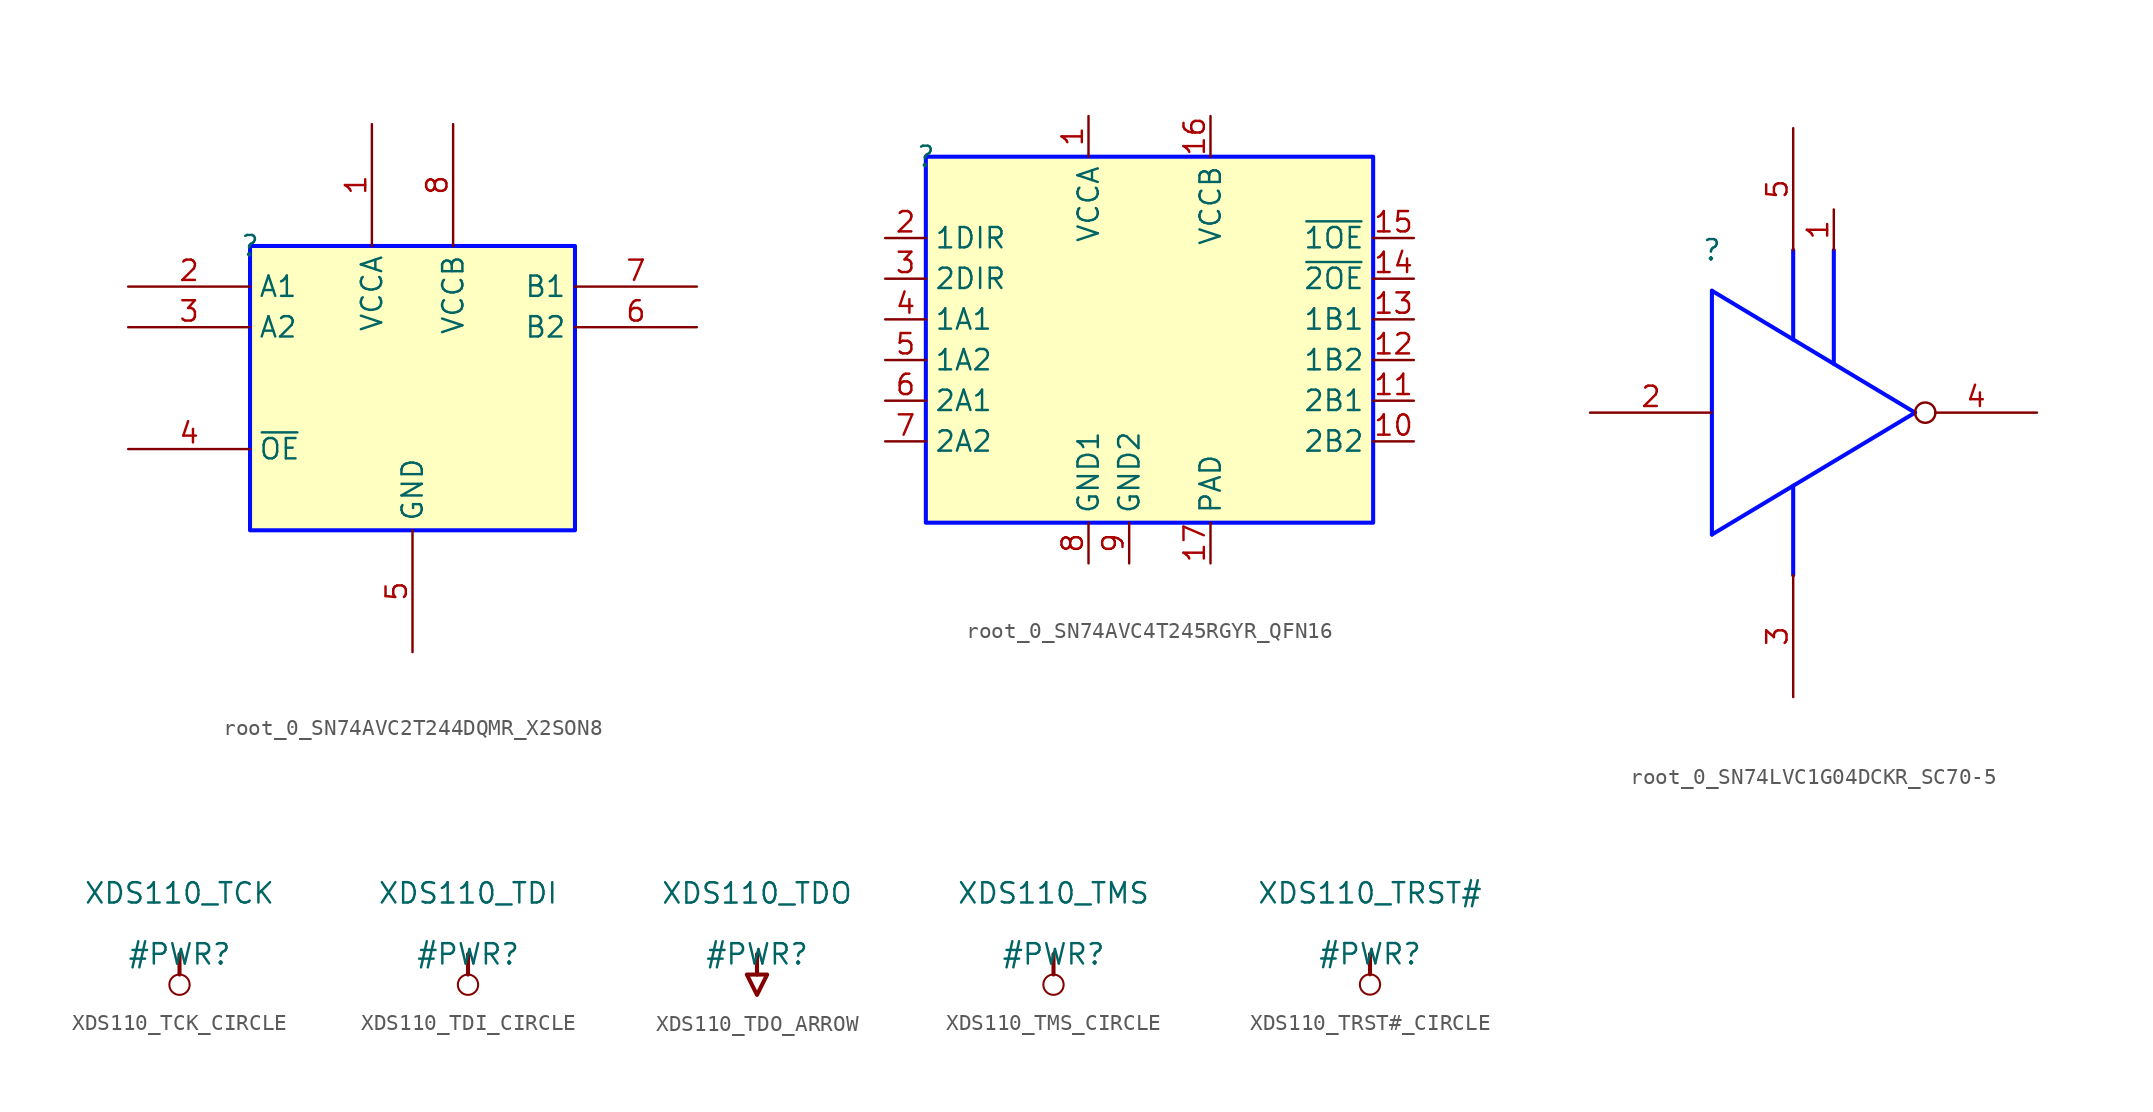
<source format=kicad_sym>
(kicad_symbol_lib
  (version 20231120)
  (generator "kicad_symbol_editor")
  (generator_version "8.0")
  (symbol "root_0_SN74AVC2T244DQMR_X2SON8"
    (property "Reference" ""
      (at 0 0 0)
      (effects (font (size 1.27 1.27))))
    (property "Value" ""
      (at 0 0 0)
      (effects (font (size 1.27 1.27))))
    (symbol "root_0_SN74AVC2T244DQMR_X2SON8_1_0"
      (rectangle (start 20.32 0) (end 0 -17.78) (stroke (width 0.254) (type solid) (color 0 11 255 1)) (fill (type background)))
      (pin power_in line (at 7.62 7.62 270) (length 7.62) (name "VCCA" (effects (font (size 1.27 1.27)))) (number "1" (effects (font (size 1.27 1.27)))))
      (pin bidirectional line (at -7.62 -2.54 0) (length 7.62) (name "A1" (effects (font (size 1.27 1.27)))) (number "2" (effects (font (size 1.27 1.27)))))
      (pin bidirectional line (at -7.62 -5.08 0) (length 7.62) (name "A2" (effects (font (size 1.27 1.27)))) (number "3" (effects (font (size 1.27 1.27)))))
      (pin input line (at -7.62 -12.7 0) (length 7.62) (name "~{OE}" (effects (font (size 1.27 1.27)))) (number "4" (effects (font (size 1.27 1.27)))))
      (pin power_in line (at 10.16 -25.4 90) (length 7.62) (name "GND" (effects (font (size 1.27 1.27)))) (number "5" (effects (font (size 1.27 1.27)))))
      (pin bidirectional line (at 27.94 -5.08 180) (length 7.62) (name "B2" (effects (font (size 1.27 1.27)))) (number "6" (effects (font (size 1.27 1.27)))))
      (pin bidirectional line (at 27.94 -2.54 180) (length 7.62) (name "B1" (effects (font (size 1.27 1.27)))) (number "7" (effects (font (size 1.27 1.27)))))
      (pin power_in line (at 12.7 7.62 270) (length 7.62) (name "VCCB" (effects (font (size 1.27 1.27)))) (number "8" (effects (font (size 1.27 1.27)))))))
  (symbol "root_0_SN74AVC4T245RGYR_QFN16"
    (property "Reference" ""
      (at 0 0 0)
      (effects (font (size 1.27 1.27))))
    (property "Value" ""
      (at 0 0 0)
      (effects (font (size 1.27 1.27))))
    (symbol "root_0_SN74AVC4T245RGYR_QFN16_1_0"
      (rectangle (start 27.94 0) (end 0 -22.86) (stroke (width 0.254) (type solid) (color 0 11 255 1)) (fill (type background)))
      (pin power_in line (at 10.16 2.54 270) (length 2.54) (name "VCCA" (effects (font (size 1.27 1.27)))) (number "1" (effects (font (size 1.27 1.27)))))
      (pin bidirectional line (at 30.48 -17.78 180) (length 2.54) (name "2B2" (effects (font (size 1.27 1.27)))) (number "10" (effects (font (size 1.27 1.27)))))
      (pin bidirectional line (at 30.48 -15.24 180) (length 2.54) (name "2B1" (effects (font (size 1.27 1.27)))) (number "11" (effects (font (size 1.27 1.27)))))
      (pin bidirectional line (at 30.48 -12.7 180) (length 2.54) (name "1B2" (effects (font (size 1.27 1.27)))) (number "12" (effects (font (size 1.27 1.27)))))
      (pin bidirectional line (at 30.48 -10.16 180) (length 2.54) (name "1B1" (effects (font (size 1.27 1.27)))) (number "13" (effects (font (size 1.27 1.27)))))
      (pin passive line (at 30.48 -7.62 180) (length 2.54) (name "~{2OE}" (effects (font (size 1.27 1.27)))) (number "14" (effects (font (size 1.27 1.27)))))
      (pin passive line (at 30.48 -5.08 180) (length 2.54) (name "~{1OE}" (effects (font (size 1.27 1.27)))) (number "15" (effects (font (size 1.27 1.27)))))
      (pin power_in line (at 17.78 2.54 270) (length 2.54) (name "VCCB" (effects (font (size 1.27 1.27)))) (number "16" (effects (font (size 1.27 1.27)))))
      (pin power_in line (at 17.78 -25.4 90) (length 2.54) (name "PAD" (effects (font (size 1.27 1.27)))) (number "17" (effects (font (size 1.27 1.27)))))
      (pin passive line (at -2.54 -5.08 0) (length 2.54) (name "1DIR" (effects (font (size 1.27 1.27)))) (number "2" (effects (font (size 1.27 1.27)))))
      (pin passive line (at -2.54 -7.62 0) (length 2.54) (name "2DIR" (effects (font (size 1.27 1.27)))) (number "3" (effects (font (size 1.27 1.27)))))
      (pin bidirectional line (at -2.54 -10.16 0) (length 2.54) (name "1A1" (effects (font (size 1.27 1.27)))) (number "4" (effects (font (size 1.27 1.27)))))
      (pin bidirectional line (at -2.54 -12.7 0) (length 2.54) (name "1A2" (effects (font (size 1.27 1.27)))) (number "5" (effects (font (size 1.27 1.27)))))
      (pin bidirectional line (at -2.54 -15.24 0) (length 2.54) (name "2A1" (effects (font (size 1.27 1.27)))) (number "6" (effects (font (size 1.27 1.27)))))
      (pin bidirectional line (at -2.54 -17.78 0) (length 2.54) (name "2A2" (effects (font (size 1.27 1.27)))) (number "7" (effects (font (size 1.27 1.27)))))
      (pin power_in line (at 10.16 -25.4 90) (length 2.54) (name "GND1" (effects (font (size 1.27 1.27)))) (number "8" (effects (font (size 1.27 1.27)))))
      (pin power_in line (at 12.7 -25.4 90) (length 2.54) (name "GND2" (effects (font (size 1.27 1.27)))) (number "9" (effects (font (size 1.27 1.27)))))))
  (symbol "root_0_SN74LVC1G04DCKR_SC70-5"
    (property "Reference" ""
      (at 0 0 0)
      (effects (font (size 1.27 1.27))))
    (property "Value" ""
      (at 0 0 0)
      (effects (font (size 1.27 1.27))))
    (symbol "root_0_SN74LVC1G04DCKR_SC70-5_1_0"
      (polyline (pts (xy 0 -17.78) (xy 12.7 -10.16)) (stroke (width 0.254) (type solid) (color 0 11 255 1)) (fill (type none)))
      (polyline (pts (xy 0 -2.54) (xy 0 -17.78)) (stroke (width 0.254) (type solid) (color 0 11 255 1)) (fill (type none)))
      (polyline (pts (xy 0 -2.54) (xy 12.7 -10.16)) (stroke (width 0.254) (type solid) (color 0 11 255 1)) (fill (type none)))
      (polyline (pts (xy 5.08 -14.732) (xy 5.08 -20.32)) (stroke (width 0.254) (type solid) (color 0 11 255 1)) (fill (type none)))
      (polyline (pts (xy 5.08 0) (xy 5.08 -5.588)) (stroke (width 0.254) (type solid) (color 0 11 255 1)) (fill (type none)))
      (polyline (pts (xy 7.62 -7.112) (xy 7.62 0)) (stroke (width 0.254) (type solid) (color 0 11 255 1)) (fill (type none)))
      (pin passive line (at 7.62 2.54 270) (length 2.54) (name "NC" (effects (font (size 0 0)))) (number "1" (effects (font (size 1.27 1.27)))))
      (pin input line (at -7.62 -10.16 0) (length 7.62) (name "A" (effects (font (size 0 0)))) (number "2" (effects (font (size 1.27 1.27)))))
      (pin power_in line (at 5.08 -27.94 90) (length 7.62) (name "GND" (effects (font (size 0 0)))) (number "3" (effects (font (size 1.27 1.27)))))
      (pin output inverted (at 20.32 -10.16 180) (length 7.62) (name "Y" (effects (font (size 0 0)))) (number "4" (effects (font (size 1.27 1.27)))))
      (pin power_in line (at 5.08 7.62 270) (length 7.62) (name "VCC" (effects (font (size 0 0)))) (number "5" (effects (font (size 1.27 1.27)))))))
  (symbol "XDS110_TCK_CIRCLE"
    (power)
    (property "Reference" "#PWR"
      (at 0 0 0)
      (effects (font (size 1.27 1.27))))
    (property "Value" "XDS110_TCK"
      (at 0 3.81 0)
      (effects (font (size 1.27 1.27))))
    (symbol "XDS110_TCK_CIRCLE_0_0"
      (circle (center 0 -1.905) (radius 0.635) (stroke (width 0.127) (type solid)) (fill (type none)))
      (polyline (pts (xy 0 0) (xy 0 -1.27)) (stroke (width 0.254) (type solid)) (fill (type none)))
      (pin power_in line (at 0 0 0) (length 0) hide (name "XDS110_TCK" (effects (font (size 1.27 1.27)))) (number "" (effects (font (size 1.27 1.27)))))))
  (symbol "XDS110_TDI_CIRCLE"
    (power)
    (property "Reference" "#PWR"
      (at 0 0 0)
      (effects (font (size 1.27 1.27))))
    (property "Value" "XDS110_TDI"
      (at 0 3.81 0)
      (effects (font (size 1.27 1.27))))
    (symbol "XDS110_TDI_CIRCLE_0_0"
      (circle (center 0 -1.905) (radius 0.635) (stroke (width 0.127) (type solid)) (fill (type none)))
      (polyline (pts (xy 0 0) (xy 0 -1.27)) (stroke (width 0.254) (type solid)) (fill (type none)))
      (pin power_in line (at 0 0 0) (length 0) hide (name "XDS110_TDI" (effects (font (size 1.27 1.27)))) (number "" (effects (font (size 1.27 1.27)))))))
  (symbol "XDS110_TDO_ARROW"
    (power)
    (property "Reference" "#PWR"
      (at 0 0 0)
      (effects (font (size 1.27 1.27))))
    (property "Value" "XDS110_TDO"
      (at 0 3.81 0)
      (effects (font (size 1.27 1.27))))
    (symbol "XDS110_TDO_ARROW_0_0"
      (polyline (pts (xy 0 0) (xy 0 -1.27)) (stroke (width 0.254) (type solid)) (fill (type none)))
      (polyline (pts (xy -0.635 -1.27) (xy 0.635 -1.27) (xy 0 -2.54) (xy -0.635 -1.27)) (stroke (width 0.254) (type solid)) (fill (type none)))
      (pin power_in line (at 0 0 0) (length 0) hide (name "XDS110_TDO" (effects (font (size 1.27 1.27)))) (number "" (effects (font (size 1.27 1.27)))))))
  (symbol "XDS110_TMS_CIRCLE"
    (power)
    (property "Reference" "#PWR"
      (at 0 0 0)
      (effects (font (size 1.27 1.27))))
    (property "Value" "XDS110_TMS"
      (at 0 3.81 0)
      (effects (font (size 1.27 1.27))))
    (symbol "XDS110_TMS_CIRCLE_0_0"
      (circle (center 0 -1.905) (radius 0.635) (stroke (width 0.127) (type solid)) (fill (type none)))
      (polyline (pts (xy 0 0) (xy 0 -1.27)) (stroke (width 0.254) (type solid)) (fill (type none)))
      (pin power_in line (at 0 0 0) (length 0) hide (name "XDS110_TMS" (effects (font (size 1.27 1.27)))) (number "" (effects (font (size 1.27 1.27)))))))
  (symbol "XDS110_TRST#_CIRCLE"
    (power)
    (property "Reference" "#PWR"
      (at 0 0 0)
      (effects (font (size 1.27 1.27))))
    (property "Value" "XDS110_TRST#"
      (at 0 3.81 0)
      (effects (font (size 1.27 1.27))))
    (symbol "XDS110_TRST#_CIRCLE_0_0"
      (circle (center 0 -1.905) (radius 0.635) (stroke (width 0.127) (type solid)) (fill (type none)))
      (polyline (pts (xy 0 0) (xy 0 -1.27)) (stroke (width 0.254) (type solid)) (fill (type none)))
      (pin power_in line (at 0 0 0) (length 0) hide (name "XDS110_TRST#" (effects (font (size 1.27 1.27)))) (number "" (effects (font (size 1.27 1.27))))))))
</source>
